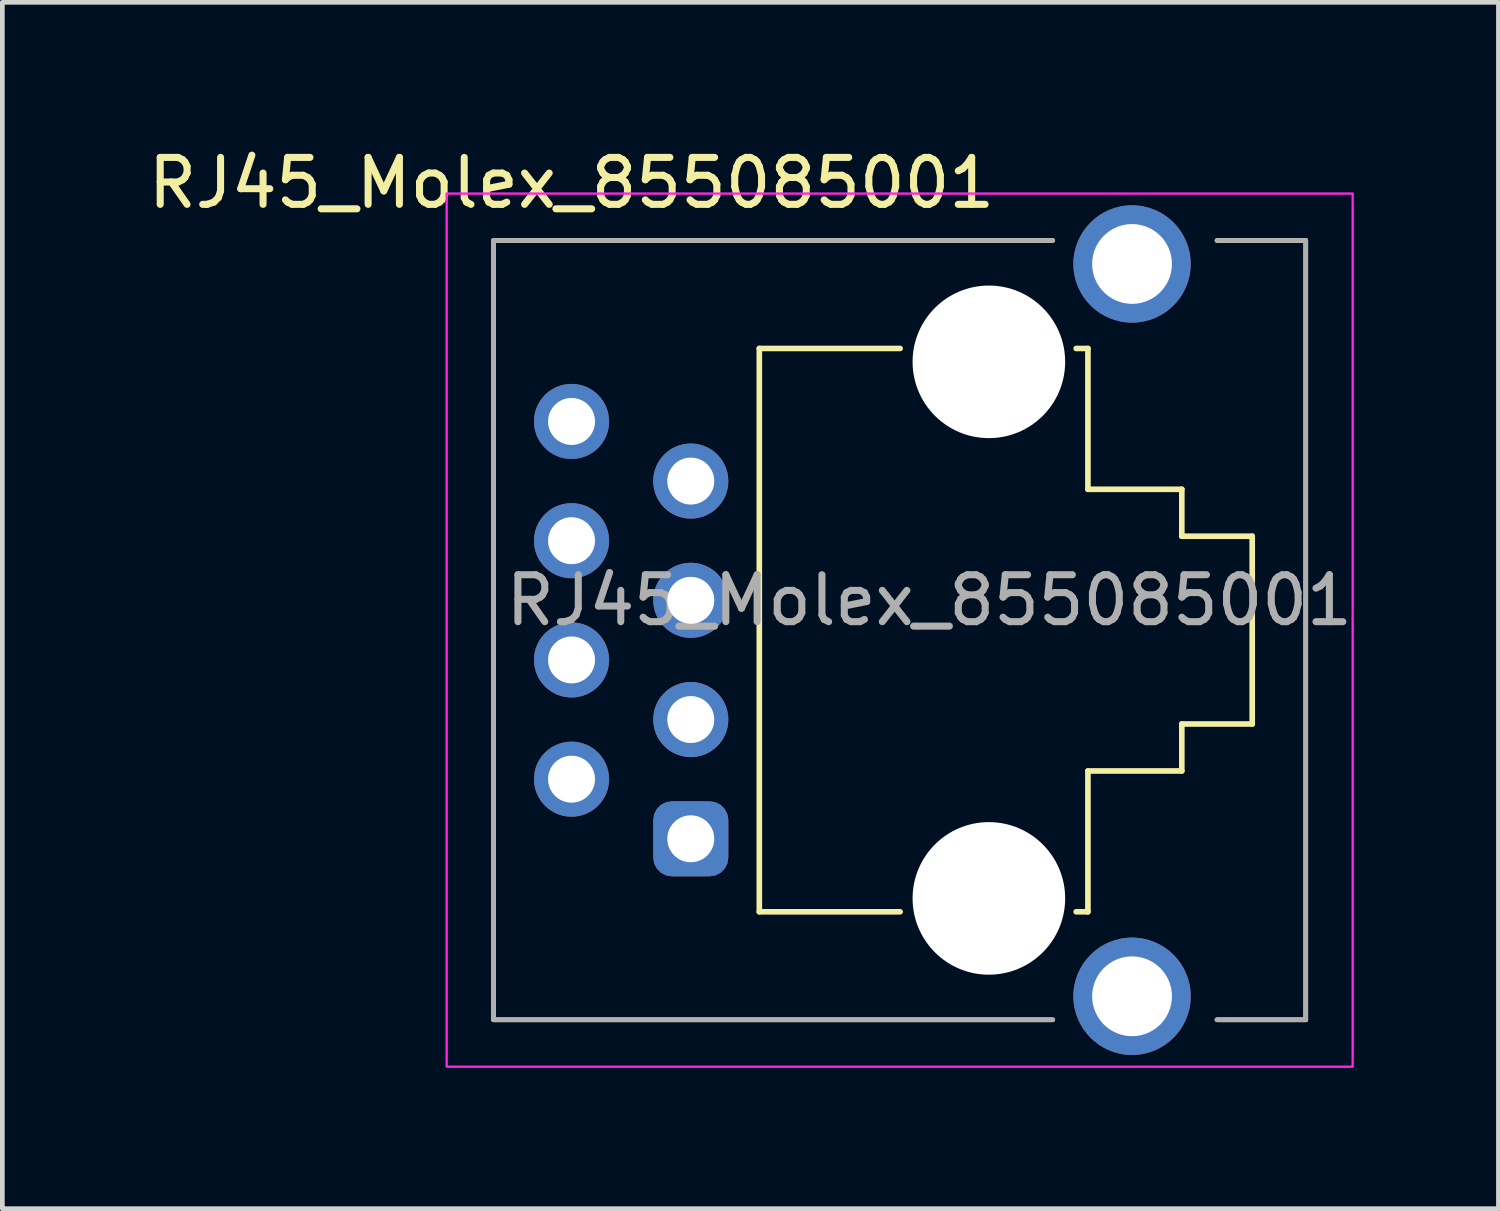
<source format=kicad_pcb>
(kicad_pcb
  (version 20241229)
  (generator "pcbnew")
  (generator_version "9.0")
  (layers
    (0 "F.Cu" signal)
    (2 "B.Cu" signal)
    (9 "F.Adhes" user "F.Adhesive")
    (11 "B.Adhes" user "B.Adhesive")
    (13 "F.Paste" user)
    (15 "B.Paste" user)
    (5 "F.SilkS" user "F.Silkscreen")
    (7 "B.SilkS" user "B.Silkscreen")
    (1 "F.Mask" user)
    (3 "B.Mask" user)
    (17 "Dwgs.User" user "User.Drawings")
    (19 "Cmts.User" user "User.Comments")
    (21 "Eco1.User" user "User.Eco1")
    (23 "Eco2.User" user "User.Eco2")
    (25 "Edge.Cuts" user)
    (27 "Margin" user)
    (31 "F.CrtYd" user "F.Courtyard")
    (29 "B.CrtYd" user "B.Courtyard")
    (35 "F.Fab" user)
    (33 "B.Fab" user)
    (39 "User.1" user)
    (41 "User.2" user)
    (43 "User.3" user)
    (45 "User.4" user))
  (footprint "RJ45_Molex_855085001"
    (layer "F.Cu")
    (at 9.125 10.373)
    (property "Reference" "RJ45_Molex_855085001" (at 0 -9.525 0) (unlocked yes) (layer "F.SilkS") (effects (font (size 1 1) (thickness 0.15))))
    (attr through_hole)
    (fp_line (start -1.66 -8.3) (end 10.25 -8.3) (stroke (width 0.1) (type solid)) (layer "F.SilkS"))
    (fp_line (start -1.66 8.3) (end -1.66 -8.3) (stroke (width 0.1) (type solid)) (layer "F.SilkS"))
    (fp_line (start -1.66 8.3) (end 10.25 8.3) (stroke (width 0.1) (type solid)) (layer "F.SilkS"))
    (fp_line (start 4 -6) (end 4 6) (stroke (width 0.12) (type solid)) (layer "F.SilkS"))
    (fp_line (start 4 -6) (end 7 -6) (stroke (width 0.12) (type solid)) (layer "F.SilkS"))
    (fp_line (start 4 6) (end 7 6) (stroke (width 0.12) (type solid)) (layer "F.SilkS"))
    (fp_line (start 11 -6) (end 10.75 -6) (stroke (width 0.12) (type solid)) (layer "F.SilkS"))
    (fp_line (start 11 -6) (end 11 -3) (stroke (width 0.12) (type solid)) (layer "F.SilkS"))
    (fp_line (start 11 -3) (end 13 -3) (stroke (width 0.12) (type solid)) (layer "F.SilkS"))
    (fp_line (start 11 3) (end 11 6) (stroke (width 0.12) (type solid)) (layer "F.SilkS"))
    (fp_line (start 11 6) (end 10.75 6) (stroke (width 0.12) (type solid)) (layer "F.SilkS"))
    (fp_line (start 13 -3) (end 13 -2) (stroke (width 0.12) (type solid)) (layer "F.SilkS"))
    (fp_line (start 13 -2) (end 14.5 -2) (stroke (width 0.12) (type solid)) (layer "F.SilkS"))
    (fp_line (start 13 2) (end 13 3) (stroke (width 0.12) (type solid)) (layer "F.SilkS"))
    (fp_line (start 13 3) (end 11 3) (stroke (width 0.12) (type solid)) (layer "F.SilkS"))
    (fp_line (start 13.75 -8.3) (end 15.64 -8.3) (stroke (width 0.1) (type solid)) (layer "F.SilkS"))
    (fp_line (start 13.75 8.3) (end 15.64 8.3) (stroke (width 0.1) (type solid)) (layer "F.SilkS"))
    (fp_line (start 14.5 -2) (end 14.5 2) (stroke (width 0.12) (type solid)) (layer "F.SilkS"))
    (fp_line (start 14.5 2) (end 13 2) (stroke (width 0.12) (type solid)) (layer "F.SilkS"))
    (fp_line (start 15.64 -8.3) (end 15.64 8.3) (stroke (width 0.1) (type solid)) (layer "F.SilkS"))
    (fp_rect (start -2.66 -9.3) (end 16.64 9.3) (stroke (width 0.05) (type solid)) (fill no) (layer "F.CrtYd"))
    (fp_line (start -1.66 -8.3) (end 10.25 -8.3) (stroke (width 0.1) (type solid)) (layer "F.Fab"))
    (fp_line (start -1.66 8.3) (end -1.66 -8.3) (stroke (width 0.1) (type solid)) (layer "F.Fab"))
    (fp_line (start -1.66 8.3) (end 10.25 8.3) (stroke (width 0.1) (type solid)) (layer "F.Fab"))
    (fp_line (start 13.75 -8.3) (end 15.64 -8.3) (stroke (width 0.1) (type solid)) (layer "F.Fab"))
    (fp_line (start 13.75 8.3) (end 15.64 8.3) (stroke (width 0.1) (type solid)) (layer "F.Fab"))
    (fp_line (start 15.64 -8.3) (end 15.64 8.3) (stroke (width 0.1) (type solid)) (layer "F.Fab"))
    (fp_text user "${REFERENCE}" (at 7.62 -0.635 0) (unlocked yes) (layer "F.Fab") (effects (font (size 1 1) (thickness 0.15))))
    (pad "" np_thru_hole circle (at 8.89 -5.715) (size 3.25 3.25) (drill 3.25) (layers "*.Cu" "*.Mask"))
    (pad "" np_thru_hole circle (at 8.89 5.715) (size 3.25 3.25) (drill 3.25) (layers "*.Cu" "*.Mask"))
    (pad "1" thru_hole roundrect (at 2.54 4.445) (size 1.6 1.6) (drill 1) (layers "*.Cu" "*.Mask") (roundrect_rratio 0.25))
    (pad "2" thru_hole circle (at 0 3.175) (size 1.6 1.6) (drill 1) (layers "*.Cu" "*.Mask"))
    (pad "3" thru_hole circle (at 2.54 1.905) (size 1.6 1.6) (drill 1) (layers "*.Cu" "*.Mask"))
    (pad "4" thru_hole circle (at 0 0.635) (size 1.6 1.6) (drill 1) (layers "*.Cu" "*.Mask"))
    (pad "5" thru_hole circle (at 2.54 -0.635) (size 1.6 1.6) (drill 1) (layers "*.Cu" "*.Mask"))
    (pad "6" thru_hole circle (at 0 -1.905) (size 1.6 1.6) (drill 1) (layers "*.Cu" "*.Mask"))
    (pad "7" thru_hole circle (at 2.54 -3.175) (size 1.6 1.6) (drill 1) (layers "*.Cu" "*.Mask"))
    (pad "8" thru_hole circle (at 0 -4.445) (size 1.6 1.6) (drill 1) (layers "*.Cu" "*.Mask"))
    (pad "SH" thru_hole circle (at 11.94 -7.8) (size 2.5 2.5) (drill 1.7) (layers "*.Cu" "*.Mask"))
    (pad "SH" thru_hole circle (at 11.94 7.8) (size 2.5 2.5) (drill 1.7) (layers "*.Cu" "*.Mask")))
  (gr_rect
    (start -3 -3)
    (end 28.87 22.698)
    (stroke (width 0.1) (type default))
    (fill no)
    (layer "Edge.Cuts")))
</source>
